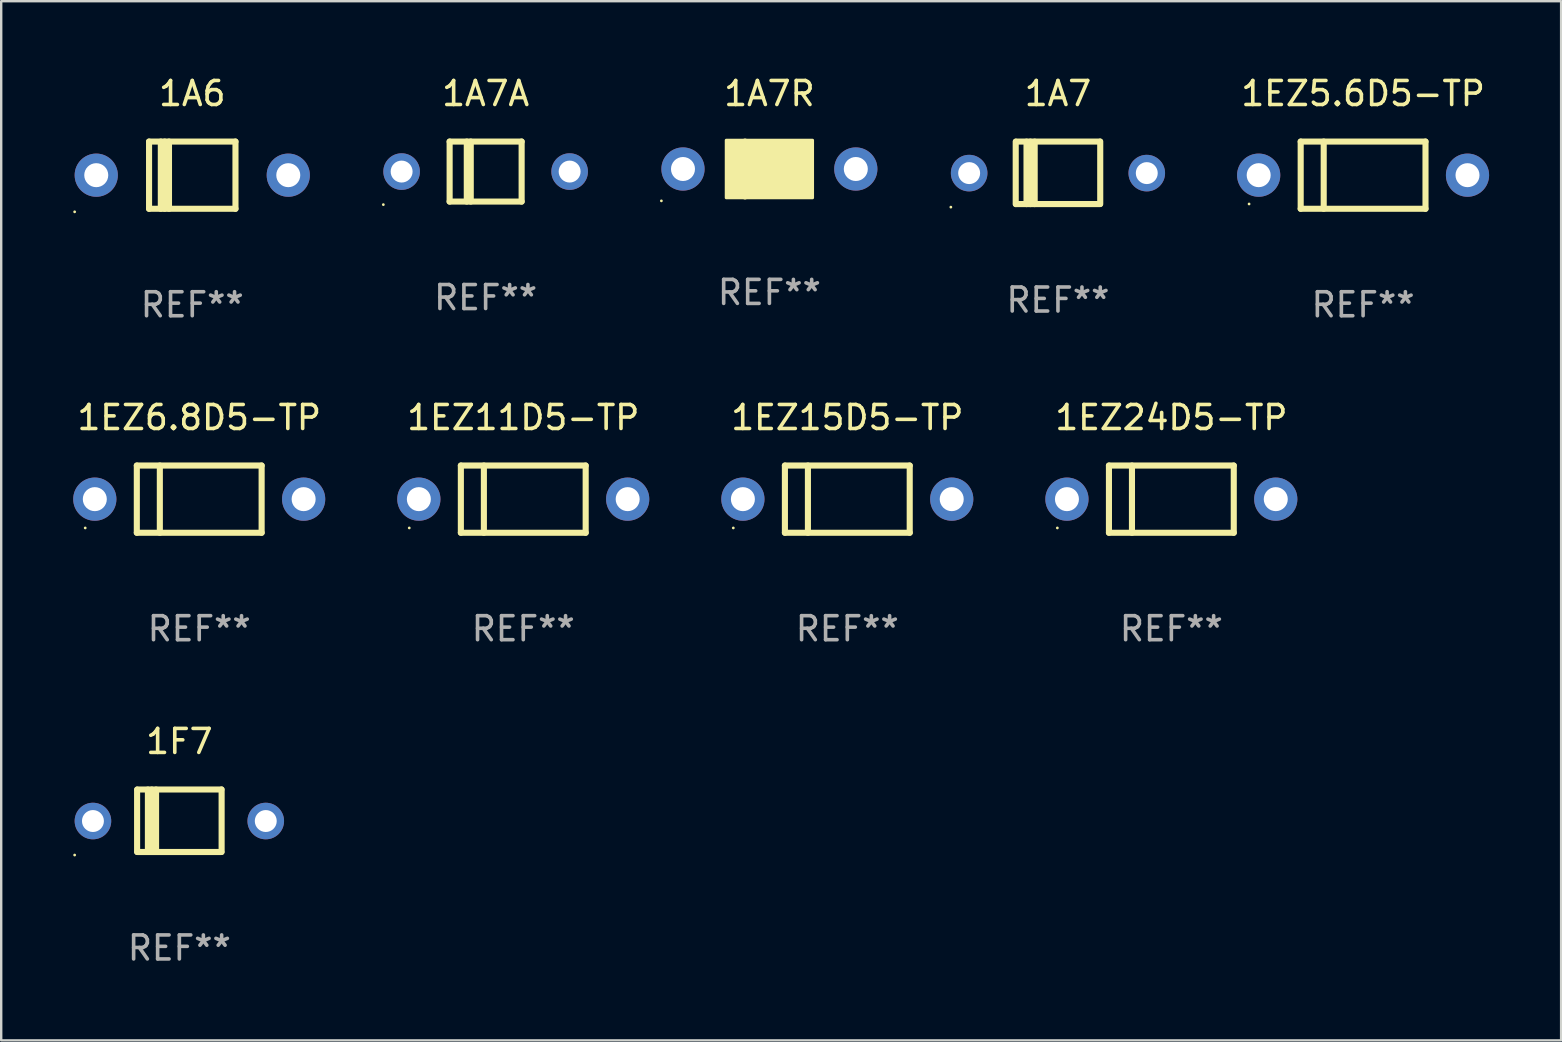
<source format=kicad_pcb>
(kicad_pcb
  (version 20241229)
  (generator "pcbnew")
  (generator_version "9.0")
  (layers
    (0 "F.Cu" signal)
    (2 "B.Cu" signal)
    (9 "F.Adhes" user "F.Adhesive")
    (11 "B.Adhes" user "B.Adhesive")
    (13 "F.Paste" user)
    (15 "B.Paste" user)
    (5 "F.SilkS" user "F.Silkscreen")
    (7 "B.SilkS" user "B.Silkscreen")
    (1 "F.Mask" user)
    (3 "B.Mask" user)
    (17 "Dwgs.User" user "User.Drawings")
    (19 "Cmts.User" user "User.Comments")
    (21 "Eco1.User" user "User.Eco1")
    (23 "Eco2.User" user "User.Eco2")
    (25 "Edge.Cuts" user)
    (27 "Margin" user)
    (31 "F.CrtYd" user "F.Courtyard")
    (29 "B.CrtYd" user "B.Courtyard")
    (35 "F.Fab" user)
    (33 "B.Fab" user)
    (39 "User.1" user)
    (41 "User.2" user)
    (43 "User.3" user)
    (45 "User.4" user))
  (footprint "1EZ5.6D5-TP"
    (layer "F.Cu")
    (at 53.738 4.248)
    (property "Reference" "1EZ5.6D5-TP" (at 0 -3.4 0) (layer "F.SilkS") (effects (font (size 1 1) (thickness 0.15))))
    (attr through_hole)
    (fp_line (start -2.6 -1.4) (end -2.6 1.4) (stroke (width 0.254) (type solid)) (layer "F.SilkS"))
    (fp_line (start -2.6 -1.4) (end 2.6 -1.4) (stroke (width 0.254) (type solid)) (layer "F.SilkS"))
    (fp_line (start -2.6 1.4) (end 2.6 1.4) (stroke (width 0.254) (type solid)) (layer "F.SilkS"))
    (fp_line (start -1.641 -1.4) (end -1.641 1.4) (stroke (width 0.254) (type solid)) (layer "F.SilkS"))
    (fp_line (start 2.6 -1.4) (end 2.6 1.4) (stroke (width 0.254) (type solid)) (layer "F.SilkS"))
    (fp_circle (center -4.75 1.2) (end -4.72 1.2) (stroke (width 0.06) (type solid)) (fill no) (layer "F.SilkS"))
    (fp_text user "REF**" (at 0 5.4 0) (layer "F.Fab") (effects (font (size 1 1) (thickness 0.15))))
    (pad "1" thru_hole circle (at -4.35 0) (size 1.8 1.8) (drill 1) (layers "*.Cu" "*.Mask"))
    (pad "2" thru_hole circle (at 4.35 0) (size 1.8 1.8) (drill 1) (layers "*.Cu" "*.Mask")))
  (footprint "1A7A"
    (layer "F.Cu")
    (at 17.182 4.098)
    (property "Reference" "1A7A" (at 0 -3.25 0) (layer "F.SilkS") (effects (font (size 1 1) (thickness 0.15))))
    (attr through_hole)
    (fp_line (start -1.5 -1.25) (end -1.5 1.25) (stroke (width 0.254) (type solid)) (layer "F.SilkS"))
    (fp_line (start -1.5 -1.25) (end 1.5 -1.25) (stroke (width 0.254) (type solid)) (layer "F.SilkS"))
    (fp_line (start -0.785 -1.25) (end -0.785 1.25) (stroke (width 0.254) (type solid)) (layer "F.SilkS"))
    (fp_line (start -0.62 -1.25) (end -0.62 1.25) (stroke (width 0.254) (type solid)) (layer "F.SilkS"))
    (fp_line (start 1.5 -1.25) (end 1.5 1.25) (stroke (width 0.254) (type solid)) (layer "F.SilkS"))
    (fp_line (start 1.5 1.25) (end -1.5 1.25) (stroke (width 0.254) (type solid)) (layer "F.SilkS"))
    (fp_circle (center -4.262 1.377) (end -4.232 1.377) (stroke (width 0.06) (type solid)) (fill no) (layer "F.SilkS"))
    (fp_text user "REF**" (at 0 5.25 0) (layer "F.Fab") (effects (font (size 1 1) (thickness 0.15))))
    (pad "1" thru_hole circle (at -3.5 0) (size 1.524 1.524) (drill 0.914) (layers "*.Cu" "*.Mask"))
    (pad "2" thru_hole circle (at 3.5 0) (size 1.524 1.524) (drill 0.914) (layers "*.Cu" "*.Mask")))
  (footprint "1EZ11D5-TP"
    (layer "F.Cu")
    (at 18.75 17.745)
    (property "Reference" "1EZ11D5-TP" (at 0 -3.4 0) (layer "F.SilkS") (effects (font (size 1 1) (thickness 0.15))))
    (attr through_hole)
    (fp_line (start -2.6 -1.4) (end -2.6 1.4) (stroke (width 0.254) (type solid)) (layer "F.SilkS"))
    (fp_line (start -2.6 -1.4) (end 2.6 -1.4) (stroke (width 0.254) (type solid)) (layer "F.SilkS"))
    (fp_line (start -2.6 1.4) (end 2.6 1.4) (stroke (width 0.254) (type solid)) (layer "F.SilkS"))
    (fp_line (start -1.641 -1.4) (end -1.641 1.4) (stroke (width 0.254) (type solid)) (layer "F.SilkS"))
    (fp_line (start 2.6 -1.4) (end 2.6 1.4) (stroke (width 0.254) (type solid)) (layer "F.SilkS"))
    (fp_circle (center -4.75 1.2) (end -4.72 1.2) (stroke (width 0.06) (type solid)) (fill no) (layer "F.SilkS"))
    (fp_text user "REF**" (at 0 5.4 0) (layer "F.Fab") (effects (font (size 1 1) (thickness 0.15))))
    (pad "1" thru_hole circle (at -4.35 0) (size 1.8 1.8) (drill 1) (layers "*.Cu" "*.Mask"))
    (pad "2" thru_hole circle (at 4.35 0) (size 1.8 1.8) (drill 1) (layers "*.Cu" "*.Mask")))
  (footprint "1EZ6.8D5-TP"
    (layer "F.Cu")
    (at 5.25 17.745)
    (property "Reference" "1EZ6.8D5-TP" (at 0 -3.4 0) (layer "F.SilkS") (effects (font (size 1 1) (thickness 0.15))))
    (attr through_hole)
    (fp_line (start -2.6 -1.4) (end -2.6 1.4) (stroke (width 0.254) (type solid)) (layer "F.SilkS"))
    (fp_line (start -2.6 -1.4) (end 2.6 -1.4) (stroke (width 0.254) (type solid)) (layer "F.SilkS"))
    (fp_line (start -2.6 1.4) (end 2.6 1.4) (stroke (width 0.254) (type solid)) (layer "F.SilkS"))
    (fp_line (start -1.641 -1.4) (end -1.641 1.4) (stroke (width 0.254) (type solid)) (layer "F.SilkS"))
    (fp_line (start 2.6 -1.4) (end 2.6 1.4) (stroke (width 0.254) (type solid)) (layer "F.SilkS"))
    (fp_circle (center -4.75 1.2) (end -4.72 1.2) (stroke (width 0.06) (type solid)) (fill no) (layer "F.SilkS"))
    (fp_text user "REF**" (at 0 5.4 0) (layer "F.Fab") (effects (font (size 1 1) (thickness 0.15))))
    (pad "1" thru_hole circle (at -4.35 0) (size 1.8 1.8) (drill 1) (layers "*.Cu" "*.Mask"))
    (pad "2" thru_hole circle (at 4.35 0) (size 1.8 1.8) (drill 1) (layers "*.Cu" "*.Mask")))
  (footprint "1EZ15D5-TP"
    (layer "F.Cu")
    (at 32.25 17.745)
    (property "Reference" "1EZ15D5-TP" (at 0 -3.4 0) (layer "F.SilkS") (effects (font (size 1 1) (thickness 0.15))))
    (attr through_hole)
    (fp_line (start -2.6 -1.4) (end -2.6 1.4) (stroke (width 0.254) (type solid)) (layer "F.SilkS"))
    (fp_line (start -2.6 -1.4) (end 2.6 -1.4) (stroke (width 0.254) (type solid)) (layer "F.SilkS"))
    (fp_line (start -2.6 1.4) (end 2.6 1.4) (stroke (width 0.254) (type solid)) (layer "F.SilkS"))
    (fp_line (start -1.641 -1.4) (end -1.641 1.4) (stroke (width 0.254) (type solid)) (layer "F.SilkS"))
    (fp_line (start 2.6 -1.4) (end 2.6 1.4) (stroke (width 0.254) (type solid)) (layer "F.SilkS"))
    (fp_circle (center -4.75 1.2) (end -4.72 1.2) (stroke (width 0.06) (type solid)) (fill no) (layer "F.SilkS"))
    (fp_text user "REF**" (at 0 5.4 0) (layer "F.Fab") (effects (font (size 1 1) (thickness 0.15))))
    (pad "1" thru_hole circle (at -4.35 0) (size 1.8 1.8) (drill 1) (layers "*.Cu" "*.Mask"))
    (pad "2" thru_hole circle (at 4.35 0) (size 1.8 1.8) (drill 1) (layers "*.Cu" "*.Mask")))
  (footprint "1EZ24D5-TP"
    (layer "F.Cu")
    (at 45.75 17.745)
    (property "Reference" "1EZ24D5-TP" (at 0 -3.4 0) (layer "F.SilkS") (effects (font (size 1 1) (thickness 0.15))))
    (attr through_hole)
    (fp_line (start -2.6 -1.4) (end -2.6 1.4) (stroke (width 0.254) (type solid)) (layer "F.SilkS"))
    (fp_line (start -2.6 -1.4) (end 2.6 -1.4) (stroke (width 0.254) (type solid)) (layer "F.SilkS"))
    (fp_line (start -2.6 1.4) (end 2.6 1.4) (stroke (width 0.254) (type solid)) (layer "F.SilkS"))
    (fp_line (start -1.641 -1.4) (end -1.641 1.4) (stroke (width 0.254) (type solid)) (layer "F.SilkS"))
    (fp_line (start 2.6 -1.4) (end 2.6 1.4) (stroke (width 0.254) (type solid)) (layer "F.SilkS"))
    (fp_circle (center -4.75 1.2) (end -4.72 1.2) (stroke (width 0.06) (type solid)) (fill no) (layer "F.SilkS"))
    (fp_text user "REF**" (at 0 5.4 0) (layer "F.Fab") (effects (font (size 1 1) (thickness 0.15))))
    (pad "1" thru_hole circle (at -4.35 0) (size 1.8 1.8) (drill 1) (layers "*.Cu" "*.Mask"))
    (pad "2" thru_hole circle (at 4.35 0) (size 1.8 1.8) (drill 1) (layers "*.Cu" "*.Mask")))
  (footprint "1A7R"
    (layer "F.Cu")
    (at 29.004 3.991)
    (property "Reference" "1A7R" (at 0 -3.143 0) (layer "F.SilkS") (effects (font (size 1 1) (thickness 0.15))))
    (attr through_hole)
    (fp_line (start -1.016 -1.143) (end -1.016 1.143) (stroke (width 0.254) (type solid)) (layer "F.SilkS"))
    (fp_circle (center -4.5 1.327) (end -4.47 1.327) (stroke (width 0.06) (type solid)) (fill no) (layer "F.SilkS"))
    (fp_poly (pts (xy -1.8 -1.2) (xy 1.8 -1.2) (xy 1.8 1.2) (xy -1.8 1.2)) (stroke (width 0.12) (type solid)) (fill yes) (layer "F.SilkS"))
    (fp_text user "REF**" (at 0 5.143 0) (layer "F.Fab") (effects (font (size 1 1) (thickness 0.15))))
    (pad "1" thru_hole circle (at -3.6 0) (size 1.8 1.8) (drill 1) (layers "*.Cu" "*.Mask"))
    (pad "2" thru_hole circle (at 3.6 0) (size 1.8 1.8) (drill 1) (layers "*.Cu" "*.Mask")))
  (footprint "1A6"
    (layer "F.Cu")
    (at 4.96 4.248)
    (property "Reference" "1A6" (at 0 -3.4 0) (layer "F.SilkS") (effects (font (size 1 1) (thickness 0.15))))
    (attr through_hole)
    (fp_line (start -1.8 -1.4) (end -1.8 1.4) (stroke (width 0.254) (type solid)) (layer "F.SilkS"))
    (fp_line (start -1.8 -1.4) (end 1.8 -1.4) (stroke (width 0.254) (type solid)) (layer "F.SilkS"))
    (fp_line (start -1.8 1.4) (end 1.8 1.4) (stroke (width 0.254) (type solid)) (layer "F.SilkS"))
    (fp_line (start -1.31 1.4) (end -1.31 -1.4) (stroke (width 0.254) (type solid)) (layer "F.SilkS"))
    (fp_line (start -1.15 1.4) (end -1.15 -1.4) (stroke (width 0.254) (type solid)) (layer "F.SilkS"))
    (fp_line (start -0.97 1.4) (end -0.97 -1.4) (stroke (width 0.254) (type solid)) (layer "F.SilkS"))
    (fp_line (start 1.8 -1.4) (end 1.8 1.4) (stroke (width 0.254) (type solid)) (layer "F.SilkS"))
    (fp_circle (center -4.9 1.527) (end -4.87 1.527) (stroke (width 0.06) (type solid)) (fill no) (layer "F.SilkS"))
    (fp_text user "REF**" (at 0 5.4 0) (layer "F.Fab") (effects (font (size 1 1) (thickness 0.15))))
    (pad "1" thru_hole circle (at -4 0) (size 1.8 1.8) (drill 1) (layers "*.Cu" "*.Mask"))
    (pad "2" thru_hole circle (at 4 0) (size 1.8 1.8) (drill 1) (layers "*.Cu" "*.Mask")))
  (footprint "1A7"
    (layer "F.Cu")
    (at 41.026 4.15)
    (property "Reference" "1A7" (at 0 -3.302 0) (layer "F.SilkS") (effects (font (size 1 1) (thickness 0.15))))
    (attr through_hole)
    (fp_line (start -1.76 1.302) (end -1.76 -1.298) (stroke (width 0.254) (type solid)) (layer "F.SilkS"))
    (fp_line (start -1.749 -1.302) (end 1.751 -1.302) (stroke (width 0.254) (type solid)) (layer "F.SilkS"))
    (fp_line (start -1.31 1.302) (end -1.31 -1.299) (stroke (width 0.254) (type solid)) (layer "F.SilkS"))
    (fp_line (start -1.15 1.302) (end -1.15 -1.299) (stroke (width 0.254) (type solid)) (layer "F.SilkS"))
    (fp_line (start -0.97 1.302) (end -0.97 -1.299) (stroke (width 0.254) (type solid)) (layer "F.SilkS"))
    (fp_line (start 1.75 1.302) (end -1.75 1.302) (stroke (width 0.254) (type solid)) (layer "F.SilkS"))
    (fp_line (start 1.761 -1.302) (end 1.761 1.299) (stroke (width 0.254) (type solid)) (layer "F.SilkS"))
    (fp_circle (center -4.462 1.429) (end -4.432 1.429) (stroke (width 0.06) (type solid)) (fill no) (layer "F.SilkS"))
    (fp_text user "REF**" (at 0 5.302 0) (layer "F.Fab") (effects (font (size 1 1) (thickness 0.15))))
    (pad "1" thru_hole circle (at -3.7 0.012) (size 1.524 1.524) (drill 0.914) (layers "*.Cu" "*.Mask"))
    (pad "2" thru_hole circle (at 3.7 0.012) (size 1.524 1.524) (drill 0.914) (layers "*.Cu" "*.Mask")))
  (footprint "1F7"
    (layer "F.Cu")
    (at 4.422 31.143)
    (property "Reference" "1F7" (at 0 -3.302 0) (layer "F.SilkS") (effects (font (size 1 1) (thickness 0.15))))
    (attr through_hole)
    (fp_line (start -1.76 1.302) (end -1.76 -1.298) (stroke (width 0.254) (type solid)) (layer "F.SilkS"))
    (fp_line (start -1.749 -1.302) (end 1.751 -1.302) (stroke (width 0.254) (type solid)) (layer "F.SilkS"))
    (fp_line (start -1.31 1.302) (end -1.31 -1.299) (stroke (width 0.254) (type solid)) (layer "F.SilkS"))
    (fp_line (start -1.15 1.302) (end -1.15 -1.299) (stroke (width 0.254) (type solid)) (layer "F.SilkS"))
    (fp_line (start -0.97 1.302) (end -0.97 -1.299) (stroke (width 0.254) (type solid)) (layer "F.SilkS"))
    (fp_line (start 1.75 1.302) (end -1.75 1.302) (stroke (width 0.254) (type solid)) (layer "F.SilkS"))
    (fp_line (start 1.761 -1.302) (end 1.761 1.299) (stroke (width 0.254) (type solid)) (layer "F.SilkS"))
    (fp_circle (center -4.362 1.429) (end -4.332 1.429) (stroke (width 0.06) (type solid)) (fill no) (layer "F.SilkS"))
    (fp_text user "REF**" (at 0 5.302 0) (layer "F.Fab") (effects (font (size 1 1) (thickness 0.15))))
    (pad "1" thru_hole circle (at -3.6 0.012) (size 1.524 1.524) (drill 0.914) (layers "*.Cu" "*.Mask"))
    (pad "2" thru_hole circle (at 3.6 0.012) (size 1.524 1.524) (drill 0.914) (layers "*.Cu" "*.Mask")))
  (gr_rect
    (start -3 -3)
    (end 61.988 40.293)
    (stroke (width 0.1) (type default))
    (fill no)
    (layer "Edge.Cuts")))
</source>
